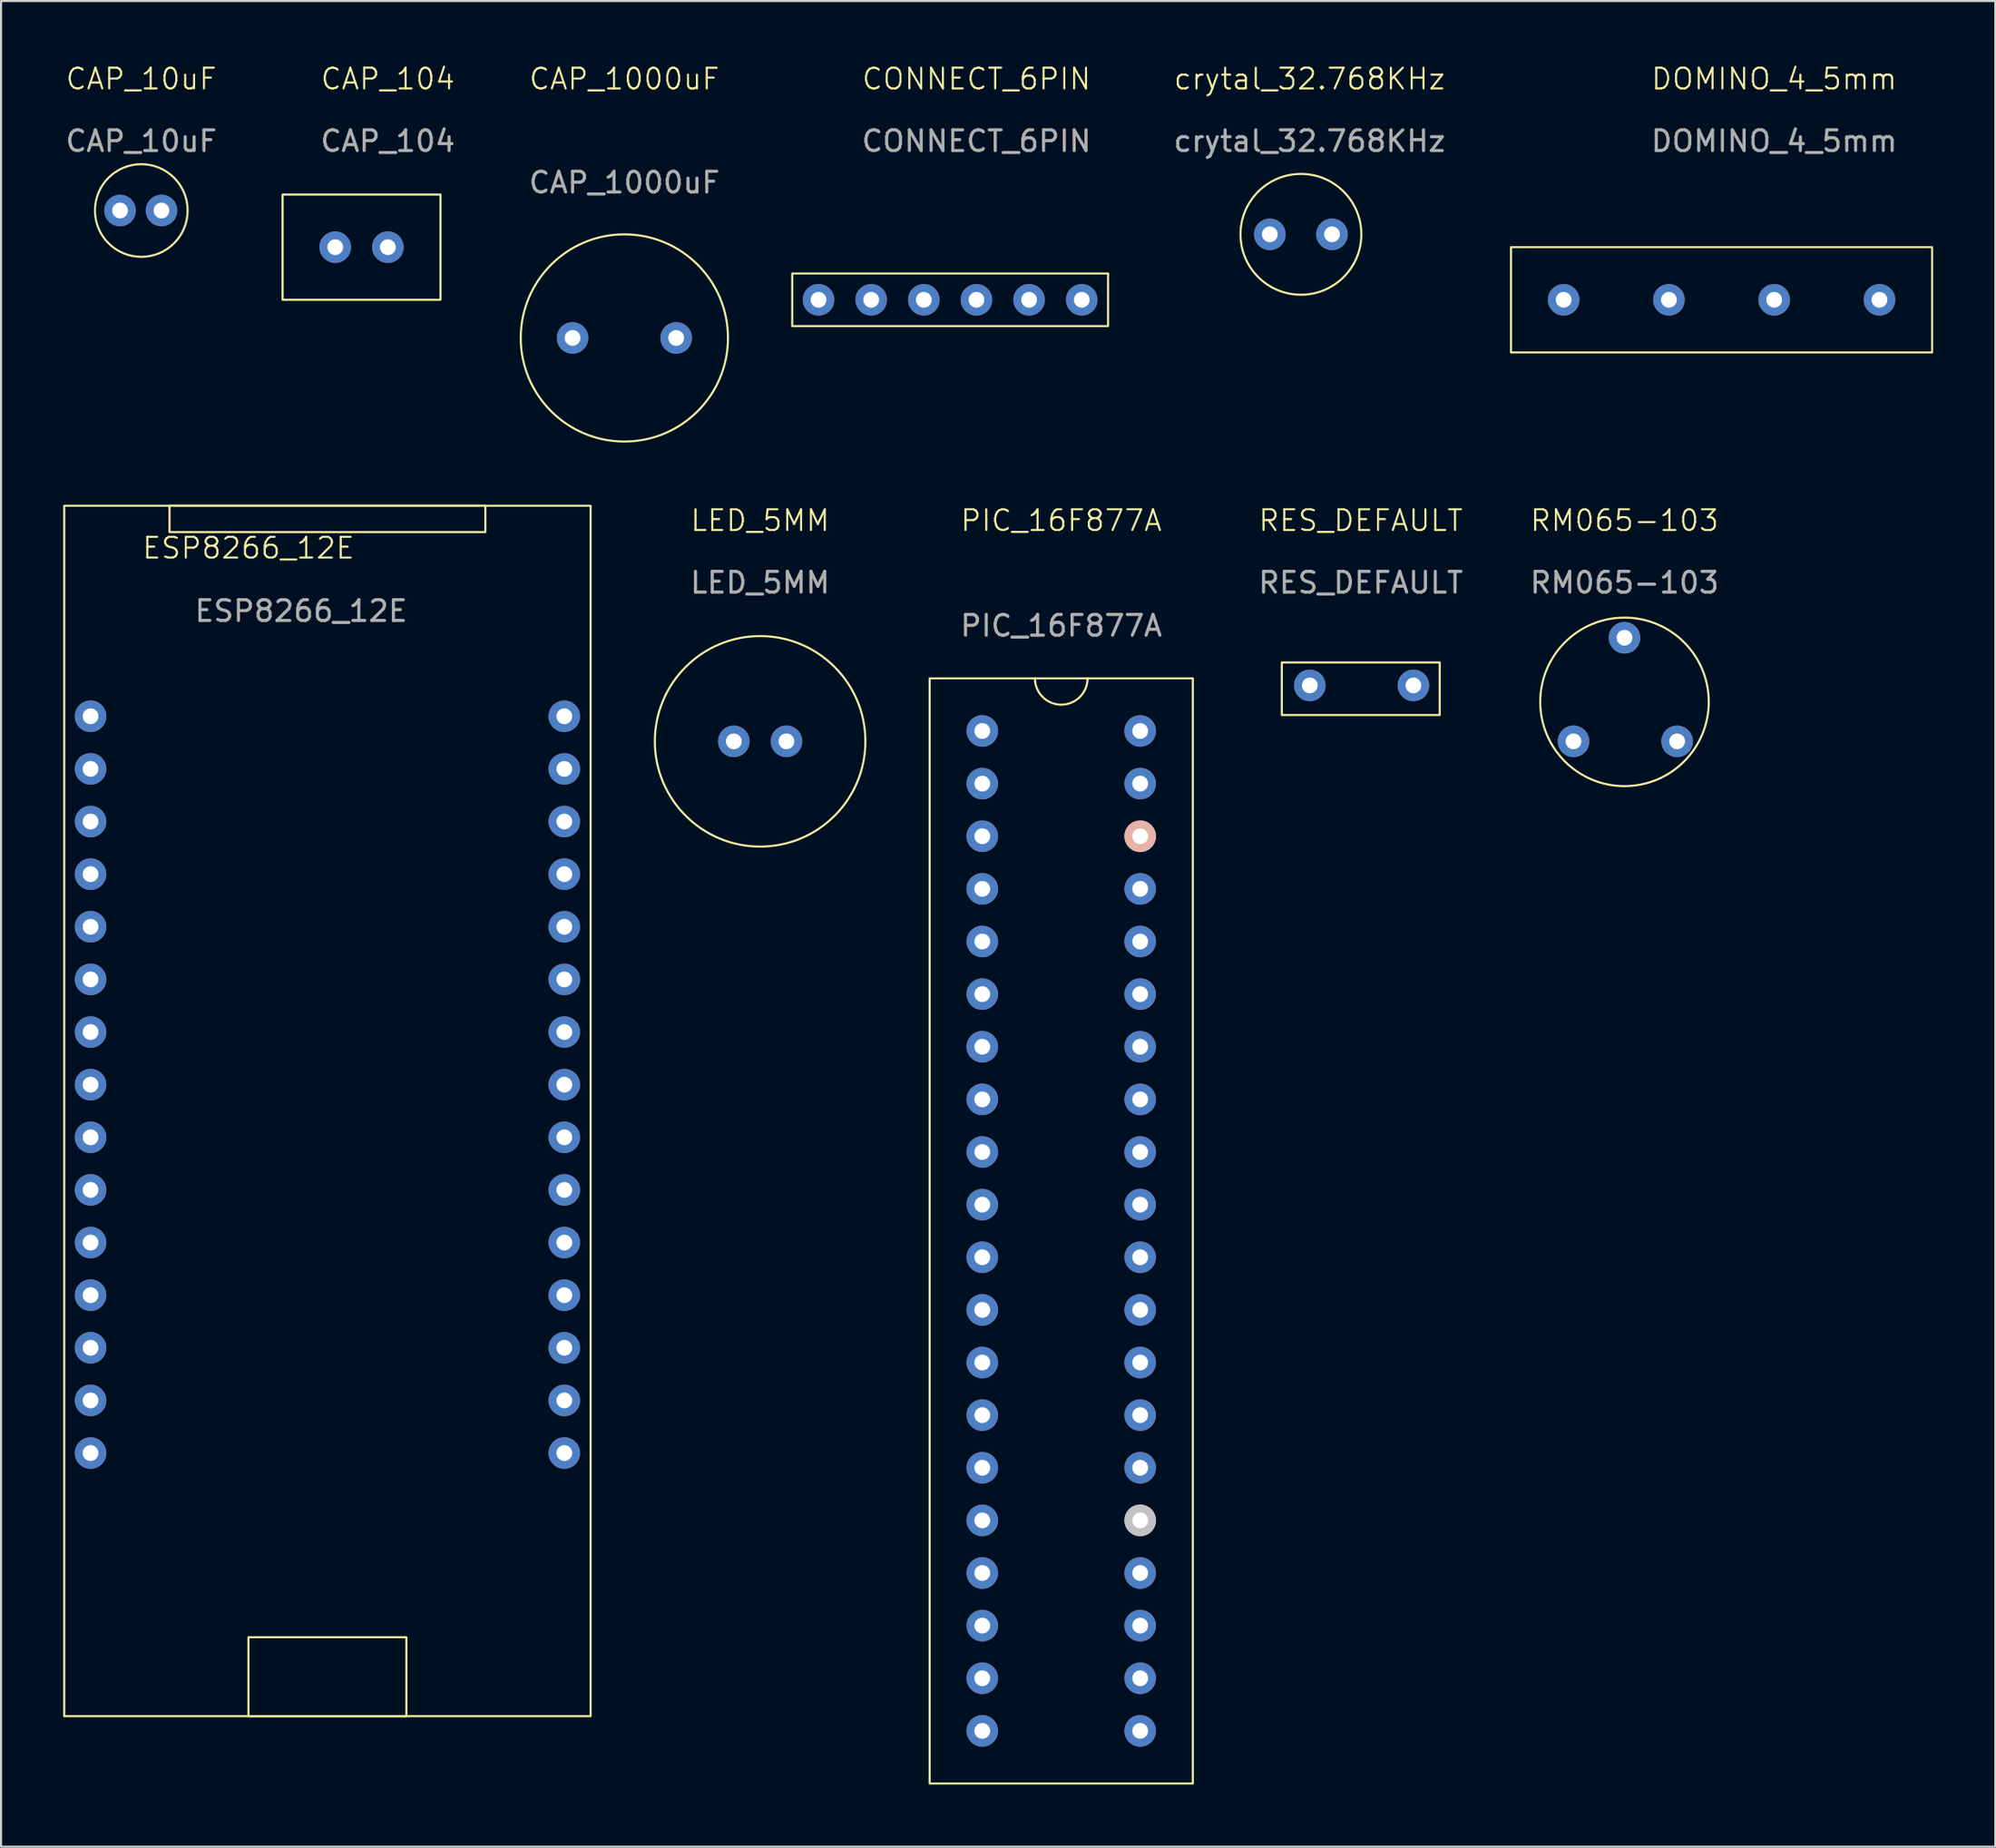
<source format=kicad_pcb>
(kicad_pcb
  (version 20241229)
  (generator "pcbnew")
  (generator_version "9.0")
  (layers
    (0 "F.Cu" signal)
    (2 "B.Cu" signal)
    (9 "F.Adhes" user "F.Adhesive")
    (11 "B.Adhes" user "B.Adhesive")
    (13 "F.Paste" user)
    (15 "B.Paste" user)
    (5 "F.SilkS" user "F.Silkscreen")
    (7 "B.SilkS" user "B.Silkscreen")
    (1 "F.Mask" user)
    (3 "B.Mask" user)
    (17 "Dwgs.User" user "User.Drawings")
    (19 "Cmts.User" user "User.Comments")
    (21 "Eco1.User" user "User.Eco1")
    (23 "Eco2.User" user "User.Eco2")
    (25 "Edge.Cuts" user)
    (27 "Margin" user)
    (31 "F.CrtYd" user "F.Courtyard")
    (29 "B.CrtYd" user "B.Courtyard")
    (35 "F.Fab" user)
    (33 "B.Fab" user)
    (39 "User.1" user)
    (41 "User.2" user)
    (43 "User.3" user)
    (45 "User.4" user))
  (footprint "ESP8266_12E"
    (layer "F.Cu")
    (at 8.94 23.901)
    (property "Reference" "ESP8266_12E" (at 0 -0.5 0) (unlocked yes) (layer "F.SilkS") (effects (font (size 1 1) (thickness 0.1))))
    (attr through_hole)
    (fp_rect (start -8.89 -2.54) (end 16.51 55.88) (stroke (width 0.1) (type default)) (fill no) (layer "F.SilkS"))
    (fp_rect (start -3.81 -2.54) (end 11.43 -1.27) (stroke (width 0.1) (type default)) (fill no) (layer "F.SilkS"))
    (fp_rect (start 0 52.07) (end 7.62 55.88) (stroke (width 0.1) (type default)) (fill no) (layer "F.SilkS"))
    (fp_text user "${REFERENCE}" (at 2.54 2.54 0) (unlocked yes) (layer "F.Fab") (effects (font (size 1 1) (thickness 0.15))))
    (pad "1" thru_hole circle (at -7.62 7.62) (size 1.524 1.524) (drill 0.762) (layers "*.Cu" "*.Mask"))
    (pad "2" thru_hole circle (at -7.62 10.16) (size 1.524 1.524) (drill 0.762) (layers "*.Cu" "*.Mask"))
    (pad "3" thru_hole circle (at -7.62 12.7) (size 1.524 1.524) (drill 0.762) (layers "*.Cu" "*.Mask"))
    (pad "4" thru_hole circle (at -7.62 15.24) (size 1.524 1.524) (drill 0.762) (layers "*.Cu" "*.Mask"))
    (pad "5" thru_hole circle (at -7.62 17.78) (size 1.524 1.524) (drill 0.762) (layers "*.Cu" "*.Mask"))
    (pad "6" thru_hole circle (at -7.62 20.32) (size 1.524 1.524) (drill 0.762) (layers "*.Cu" "*.Mask"))
    (pad "7" thru_hole circle (at -7.62 22.86) (size 1.524 1.524) (drill 0.762) (layers "*.Cu" "*.Mask"))
    (pad "8" thru_hole circle (at -7.62 25.4) (size 1.524 1.524) (drill 0.762) (layers "*.Cu" "*.Mask"))
    (pad "9" thru_hole circle (at -7.62 27.94) (size 1.524 1.524) (drill 0.762) (layers "*.Cu" "*.Mask"))
    (pad "10" thru_hole circle (at -7.62 30.48) (size 1.524 1.524) (drill 0.762) (layers "*.Cu" "*.Mask"))
    (pad "11" thru_hole circle (at -7.62 33.02) (size 1.524 1.524) (drill 0.762) (layers "*.Cu" "*.Mask"))
    (pad "12" thru_hole circle (at -7.62 35.56) (size 1.524 1.524) (drill 0.762) (layers "*.Cu" "*.Mask"))
    (pad "13" thru_hole circle (at -7.62 38.1) (size 1.524 1.524) (drill 0.762) (layers "*.Cu" "*.Mask"))
    (pad "14" thru_hole circle (at -7.62 40.64) (size 1.524 1.524) (drill 0.762) (layers "*.Cu" "*.Mask"))
    (pad "15" thru_hole circle (at -7.62 43.18) (size 1.524 1.524) (drill 0.762) (layers "*.Cu" "*.Mask"))
    (pad "16" thru_hole circle (at 15.24 43.18) (size 1.524 1.524) (drill 0.762) (layers "*.Cu" "*.Mask"))
    (pad "17" thru_hole circle (at 15.24 40.64) (size 1.524 1.524) (drill 0.762) (layers "*.Cu" "*.Mask"))
    (pad "18" thru_hole circle (at 15.24 38.1) (size 1.524 1.524) (drill 0.762) (layers "*.Cu" "*.Mask"))
    (pad "19" thru_hole circle (at 15.24 35.56) (size 1.524 1.524) (drill 0.762) (layers "*.Cu" "*.Mask"))
    (pad "20" thru_hole circle (at 15.24 33.02) (size 1.524 1.524) (drill 0.762) (layers "*.Cu" "*.Mask"))
    (pad "21" thru_hole circle (at 15.24 30.48) (size 1.524 1.524) (drill 0.762) (layers "*.Cu" "*.Mask"))
    (pad "22" thru_hole circle (at 15.24 27.94) (size 1.524 1.524) (drill 0.762) (layers "*.Cu" "*.Mask"))
    (pad "23" thru_hole circle (at 15.24 25.4) (size 1.524 1.524) (drill 0.762) (layers "*.Cu" "*.Mask"))
    (pad "24" thru_hole circle (at 15.24 22.86) (size 1.524 1.524) (drill 0.762) (layers "*.Cu" "*.Mask"))
    (pad "25" thru_hole circle (at 15.24 20.32) (size 1.524 1.524) (drill 0.762) (layers "*.Cu" "*.Mask"))
    (pad "26" thru_hole circle (at 15.24 17.78) (size 1.524 1.524) (drill 0.762) (layers "*.Cu" "*.Mask"))
    (pad "27" thru_hole circle (at 15.24 15.24) (size 1.524 1.524) (drill 0.762) (layers "*.Cu" "*.Mask"))
    (pad "28" thru_hole circle (at 15.24 12.7) (size 1.524 1.524) (drill 0.762) (layers "*.Cu" "*.Mask"))
    (pad "29" thru_hole circle (at 15.24 10.16) (size 1.524 1.524) (drill 0.762) (layers "*.Cu" "*.Mask"))
    (pad "30" thru_hole circle (at 15.24 7.62) (size 1.524 1.524) (drill 0.762) (layers "*.Cu" "*.Mask")))
  (footprint "RM065-103"
    (layer "F.Cu")
    (at 75.34 22.571)
    (property "Reference" "RM065-103" (at 0 -0.5 0) (unlocked yes) (layer "F.SilkS") (effects (font (size 1 1) (thickness 0.1))))
    (attr through_hole)
    (fp_circle (center 0 8.255) (end 3.175 10.795) (stroke (width 0.1) (type default)) (fill no) (layer "F.SilkS"))
    (fp_text user "${REFERENCE}" (at 0 2.5 0) (unlocked yes) (layer "F.Fab") (effects (font (size 1 1) (thickness 0.15))))
    (pad "1" thru_hole circle (at -2.46 10.16) (size 1.524 1.524) (drill 0.762) (layers "*.Cu" "*.Mask"))
    (pad "2" thru_hole circle (at 2.54 10.16) (size 1.524 1.524) (drill 0.762) (layers "*.Cu" "*.Mask"))
    (pad "3" thru_hole circle (at 0 5.16) (size 1.524 1.524) (drill 0.762) (layers "*.Cu" "*.Mask")))
  (footprint "CAP_10uF"
    (layer "F.Cu")
    (at 3.768 1.26)
    (property "Reference" "CAP_10uF" (at 0 -0.5 0) (unlocked yes) (layer "F.SilkS") (effects (font (size 1 1) (thickness 0.1))))
    (attr through_hole)
    (fp_circle (center 0 5.85) (end 2 6.85) (stroke (width 0.1) (type default)) (fill no) (layer "F.SilkS"))
    (fp_text user "${REFERENCE}" (at 0 2.5 0) (unlocked yes) (layer "F.Fab") (effects (font (size 1 1) (thickness 0.15))))
    (pad "1" thru_hole circle (at -1.025 5.85) (size 1.524 1.524) (drill 0.762) (layers "*.Cu" "*.Mask"))
    (pad "2" thru_hole circle (at 0.975 5.85) (size 1.524 1.524) (drill 0.762) (layers "*.Cu" "*.Mask")))
  (footprint "RES_DEFAULT"
    (layer "F.Cu")
    (at 62.614 22.571)
    (property "Reference" "RES_DEFAULT" (at 0 -0.5 0) (unlocked yes) (layer "F.SilkS") (effects (font (size 1 1) (thickness 0.1))))
    (attr through_hole)
    (fp_rect (start -3.81 6.35) (end 3.81 8.89) (stroke (width 0.1) (type default)) (fill no) (layer "F.SilkS"))
    (fp_text user "${REFERENCE}" (at 0 2.5 0) (unlocked yes) (layer "F.Fab") (effects (font (size 1 1) (thickness 0.15))))
    (pad "1" thru_hole circle (at -2.46 7.46) (size 1.524 1.524) (drill 0.762) (layers "*.Cu" "*.Mask"))
    (pad "2" thru_hole circle (at 2.54 7.46) (size 1.524 1.524) (drill 0.762) (layers "*.Cu" "*.Mask")))
  (footprint "CAP_104"
    (layer "F.Cu")
    (at 15.666 1.26)
    (property "Reference" "CAP_104" (at 0 -0.5 0) (unlocked yes) (layer "F.SilkS") (effects (font (size 1 1) (thickness 0.1))))
    (attr through_hole)
    (fp_rect (start -5.08 5.08) (end 2.54 10.16) (stroke (width 0.1) (type default)) (fill no) (layer "F.SilkS"))
    (fp_text user "${REFERENCE}" (at 0 2.5 0) (unlocked yes) (layer "F.Fab") (effects (font (size 1 1) (thickness 0.15))))
    (pad "1" thru_hole circle (at -2.54 7.62) (size 1.524 1.524) (drill 0.762) (layers "*.Cu" "*.Mask"))
    (pad "2" thru_hole circle (at 0 7.62) (size 1.524 1.524) (drill 0.762) (layers "*.Cu" "*.Mask")))
  (footprint "crytal_32.768KHz"
    (layer "F.Cu")
    (at 60.141 1.26)
    (property "Reference" "crytal_32.768KHz" (at 0 -0.5 0) (unlocked yes) (layer "F.SilkS") (effects (font (size 1 1) (thickness 0.1))))
    (attr through_hole)
    (fp_circle (center -0.415 7) (end 2.085 8.5) (stroke (width 0.1) (type default)) (fill no) (layer "F.SilkS"))
    (fp_text user "${REFERENCE}" (at 0 2.5 0) (unlocked yes) (layer "F.Fab") (effects (font (size 1 1) (thickness 0.15))))
    (pad "1" thru_hole circle (at -1.915 7) (size 1.524 1.524) (drill 0.762) (layers "*.Cu" "*.Mask"))
    (pad "2" thru_hole circle (at 1.085 7) (size 1.524 1.524) (drill 0.762) (layers "*.Cu" "*.Mask")))
  (footprint "CONNECT_6PIN"
    (layer "F.Cu")
    (at 44.069 1.26)
    (property "Reference" "CONNECT_6PIN" (at 0 -0.5 0) (unlocked yes) (layer "F.SilkS") (effects (font (size 1 1) (thickness 0.1))))
    (attr through_hole)
    (fp_rect (start -8.89 8.89) (end 6.35 11.43) (stroke (width 0.1) (type default)) (fill no) (layer "F.SilkS"))
    (fp_text user "${REFERENCE}" (at 0 2.5 0) (unlocked yes) (layer "F.Fab") (effects (font (size 1 1) (thickness 0.15))))
    (pad "1" thru_hole circle (at -7.62 10.16) (size 1.524 1.524) (drill 0.762) (layers "*.Cu" "*.Mask"))
    (pad "2" thru_hole circle (at -5.08 10.16) (size 1.524 1.524) (drill 0.762) (layers "*.Cu" "*.Mask"))
    (pad "3" thru_hole circle (at -2.54 10.16) (size 1.524 1.524) (drill 0.762) (layers "*.Cu" "*.Mask"))
    (pad "4" thru_hole circle (at 0 10.16) (size 1.524 1.524) (drill 0.762) (layers "*.Cu" "*.Mask"))
    (pad "5" thru_hole circle (at 2.54 10.16) (size 1.524 1.524) (drill 0.762) (layers "*.Cu" "*.Mask"))
    (pad "6" thru_hole circle (at 5.08 10.16) (size 1.524 1.524) (drill 0.762) (layers "*.Cu" "*.Mask")))
  (footprint "LED_5MM"
    (layer "F.Cu")
    (at 33.63 22.571)
    (property "Reference" "LED_5MM" (at 0 -0.5 0) (unlocked yes) (layer "F.SilkS") (effects (font (size 1 1) (thickness 0.1))))
    (attr through_hole)
    (fp_circle (center 0 10.16) (end 5.08 10.16) (stroke (width 0.1) (type default)) (fill no) (layer "F.SilkS"))
    (fp_text user "${REFERENCE}" (at 0 2.5 0) (unlocked yes) (layer "F.Fab") (effects (font (size 1 1) (thickness 0.15))))
    (pad "1" thru_hole circle (at -1.27 10.16) (size 1.524 1.524) (drill 0.762) (layers "*.Cu" "*.Mask"))
    (pad "2" thru_hole circle (at 1.27 10.16) (size 1.524 1.524) (drill 0.762) (layers "*.Cu" "*.Mask")))
  (footprint "CAP_1000uF"
    (layer "F.Cu")
    (at 27.079 8.261)
    (property "Reference" "CAP_1000uF" (at 0 -7.5 0) (unlocked yes) (layer "F.SilkS") (effects (font (size 1 1) (thickness 0.1))))
    (attr through_hole)
    (fp_circle (center 0 5) (end 5 5) (stroke (width 0.1) (type default)) (fill no) (layer "F.SilkS"))
    (fp_text user "${REFERENCE}" (at 0 -2.5 0) (unlocked yes) (layer "F.Fab") (effects (font (size 1 1) (thickness 0.15))))
    (pad "1" thru_hole circle (at -2.5 5) (size 1.524 1.524) (drill 0.762) (layers "*.Cu" "*.Mask"))
    (pad "2" thru_hole circle (at 2.5 5) (size 1.524 1.524) (drill 0.762) (layers "*.Cu" "*.Mask")))
  (footprint "DOMINO_4_5mm"
    (layer "F.Cu")
    (at 82.564 1.26)
    (property "Reference" "DOMINO_4_5mm" (at 0 -0.5 0) (unlocked yes) (layer "F.SilkS") (effects (font (size 1 1) (thickness 0.1))))
    (attr through_hole)
    (fp_rect (start -12.7 7.62) (end 7.62 12.7) (stroke (width 0.1) (type default)) (fill no) (layer "F.SilkS"))
    (fp_text user "${REFERENCE}" (at 0 2.5 0) (unlocked yes) (layer "F.Fab") (effects (font (size 1 1) (thickness 0.15))))
    (pad "1" thru_hole circle (at -10.16 10.16) (size 1.524 1.524) (drill 0.762) (layers "*.Cu" "*.Mask"))
    (pad "2" thru_hole circle (at -5.08 10.16) (size 1.524 1.524) (drill 0.762) (layers "*.Cu" "*.Mask"))
    (pad "3" thru_hole circle (at 0 10.16) (size 1.524 1.524) (drill 0.762) (layers "*.Cu" "*.Mask"))
    (pad "4" thru_hole circle (at 5.08 10.16) (size 1.524 1.524) (drill 0.762) (layers "*.Cu" "*.Mask")))
  (footprint "PIC_16F877A"
    (layer "F.Cu")
    (at 48.16 27.151)
    (property "Reference" "PIC_16F877A" (at 0 -5.08 0) (unlocked yes) (layer "F.SilkS") (effects (font (size 1 1) (thickness 0.1))))
    (attr through_hole)
    (fp_rect (start -6.35 2.54) (end 6.35 55.88) (stroke (width 0.1) (type default)) (fill no) (layer "F.SilkS"))
    (fp_arc (start 1.27 2.54) (mid 0 3.81) (end -1.27 2.54) (stroke (width 0.1) (type default)) (layer "F.SilkS"))
    (fp_text user "${REFERENCE}" (at 0 0 0) (unlocked yes) (layer "F.Fab") (effects (font (size 1 1) (thickness 0.15))))
    (pad "1" thru_hole circle (at -3.81 5.08) (size 1.524 1.524) (drill 0.762) (layers "*.Cu" "*.Mask"))
    (pad "2" thru_hole circle (at -3.81 7.62) (size 1.524 1.524) (drill 0.762) (layers "*.Cu" "*.Mask"))
    (pad "3" thru_hole circle (at -3.81 10.16) (size 1.524 1.524) (drill 0.762) (layers "*.Cu" "*.Mask"))
    (pad "4" thru_hole circle (at -3.81 12.7) (size 1.524 1.524) (drill 0.762) (layers "*.Cu" "*.Mask"))
    (pad "5" thru_hole circle (at -3.81 15.24) (size 1.524 1.524) (drill 0.762) (layers "*.Cu" "*.Mask"))
    (pad "6" thru_hole circle (at -3.81 17.78) (size 1.524 1.524) (drill 0.762) (layers "*.Cu" "*.Mask"))
    (pad "7" thru_hole circle (at -3.81 20.32) (size 1.524 1.524) (drill 0.762) (layers "*.Cu" "*.Mask"))
    (pad "8" thru_hole circle (at -3.81 22.86) (size 1.524 1.524) (drill 0.762) (layers "*.Cu" "*.Mask"))
    (pad "9" thru_hole circle (at -3.81 25.4) (size 1.524 1.524) (drill 0.762) (layers "*.Cu" "*.Mask"))
    (pad "10" thru_hole circle (at -3.81 27.94) (size 1.524 1.524) (drill 0.762) (layers "*.Cu" "*.Mask"))
    (pad "11" thru_hole circle (at -3.81 30.48) (size 1.524 1.524) (drill 0.762) (layers "*.Cu" "*.Mask"))
    (pad "12" thru_hole circle (at -3.81 33.02) (size 1.524 1.524) (drill 0.762) (layers "*.Cu" "*.Mask"))
    (pad "13" thru_hole circle (at -3.81 35.56) (size 1.524 1.524) (drill 0.762) (layers "*.Cu" "*.Mask"))
    (pad "14" thru_hole circle (at -3.81 38.1) (size 1.524 1.524) (drill 0.762) (layers "*.Cu" "*.Mask"))
    (pad "15" thru_hole circle (at -3.81 40.64) (size 1.524 1.524) (drill 0.762) (layers "*.Cu" "*.Mask"))
    (pad "16" thru_hole circle (at -3.81 43.18) (size 1.524 1.524) (drill 0.762) (layers "*.Cu" "*.Mask"))
    (pad "17" thru_hole circle (at -3.81 45.72) (size 1.524 1.524) (drill 0.762) (layers "*.Cu" "*.Mask"))
    (pad "18" thru_hole circle (at -3.81 48.26) (size 1.524 1.524) (drill 0.762) (layers "*.Cu" "*.Mask"))
    (pad "19" thru_hole circle (at -3.81 50.8) (size 1.524 1.524) (drill 0.762) (layers "*.Cu" "*.Mask"))
    (pad "20" thru_hole circle (at -3.81 53.34) (size 1.524 1.524) (drill 0.762) (layers "*.Cu" "*.Mask"))
    (pad "21" thru_hole circle (at 3.81 53.34) (size 1.524 1.524) (drill 0.762) (layers "*.Cu" "*.Mask"))
    (pad "22" thru_hole circle (at 3.81 50.8) (size 1.524 1.524) (drill 0.762) (layers "*.Cu" "*.Mask"))
    (pad "23" thru_hole circle (at 3.81 48.26) (size 1.524 1.524) (drill 0.762) (layers "*.Cu" "*.Mask" "Eco1.User"))
    (pad "24" thru_hole circle (at 3.81 45.72) (size 1.524 1.524) (drill 0.762) (layers "*.Cu" "*.Mask"))
    (pad "25" thru_hole circle (at 3.81 43.18) (size 1.524 1.524) (drill 0.762) (layers "*.Cu" "*.Mask" "Dwgs.User"))
    (pad "26" thru_hole circle (at 3.81 40.64) (size 1.524 1.524) (drill 0.762) (layers "*.Cu" "*.Mask"))
    (pad "27" thru_hole circle (at 3.81 38.1) (size 1.524 1.524) (drill 0.762) (layers "*.Cu" "*.Mask"))
    (pad "28" thru_hole circle (at 3.81 35.56) (size 1.524 1.524) (drill 0.762) (layers "*.Cu" "*.Mask"))
    (pad "29" thru_hole circle (at 3.81 33.02) (size 1.524 1.524) (drill 0.762) (layers "*.Cu" "*.Mask"))
    (pad "30" thru_hole circle (at 3.81 30.48) (size 1.524 1.524) (drill 0.762) (layers "*.Cu" "*.Mask"))
    (pad "31" thru_hole circle (at 3.81 27.94) (size 1.524 1.524) (drill 0.762) (layers "*.Cu" "*.Mask"))
    (pad "32" thru_hole circle (at 3.81 25.4) (size 1.524 1.524) (drill 0.762) (layers "*.Cu" "*.Mask"))
    (pad "33" thru_hole circle (at 3.81 22.86) (size 1.524 1.524) (drill 0.762) (layers "*.Cu" "*.Mask"))
    (pad "34" thru_hole circle (at 3.81 20.32) (size 1.524 1.524) (drill 0.762) (layers "*.Cu" "*.Mask"))
    (pad "35" thru_hole circle (at 3.81 17.78) (size 1.524 1.524) (drill 0.762) (layers "*.Cu" "*.Mask"))
    (pad "36" thru_hole circle (at 3.81 15.24) (size 1.524 1.524) (drill 0.762) (layers "*.Cu" "*.Mask"))
    (pad "37" thru_hole circle (at 3.81 12.7) (size 1.524 1.524) (drill 0.762) (layers "*.Cu" "*.Mask"))
    (pad "38" thru_hole circle (at 3.81 10.16) (size 1.524 1.524) (drill 0.762) (layers "*.Cu" "B.Mask" "B.SilkS"))
    (pad "39" thru_hole circle (at 3.81 7.62) (size 1.524 1.524) (drill 0.762) (layers "*.Cu" "*.Mask" "F.Paste"))
    (pad "40" thru_hole circle (at 3.81 5.08) (size 1.524 1.524) (drill 0.762) (layers "*.Cu" "*.Mask")))
  (gr_rect
    (start -3 -3)
    (end 93.234 86.081)
    (stroke (width 0.1) (type default))
    (fill no)
    (layer "Edge.Cuts")))
</source>
